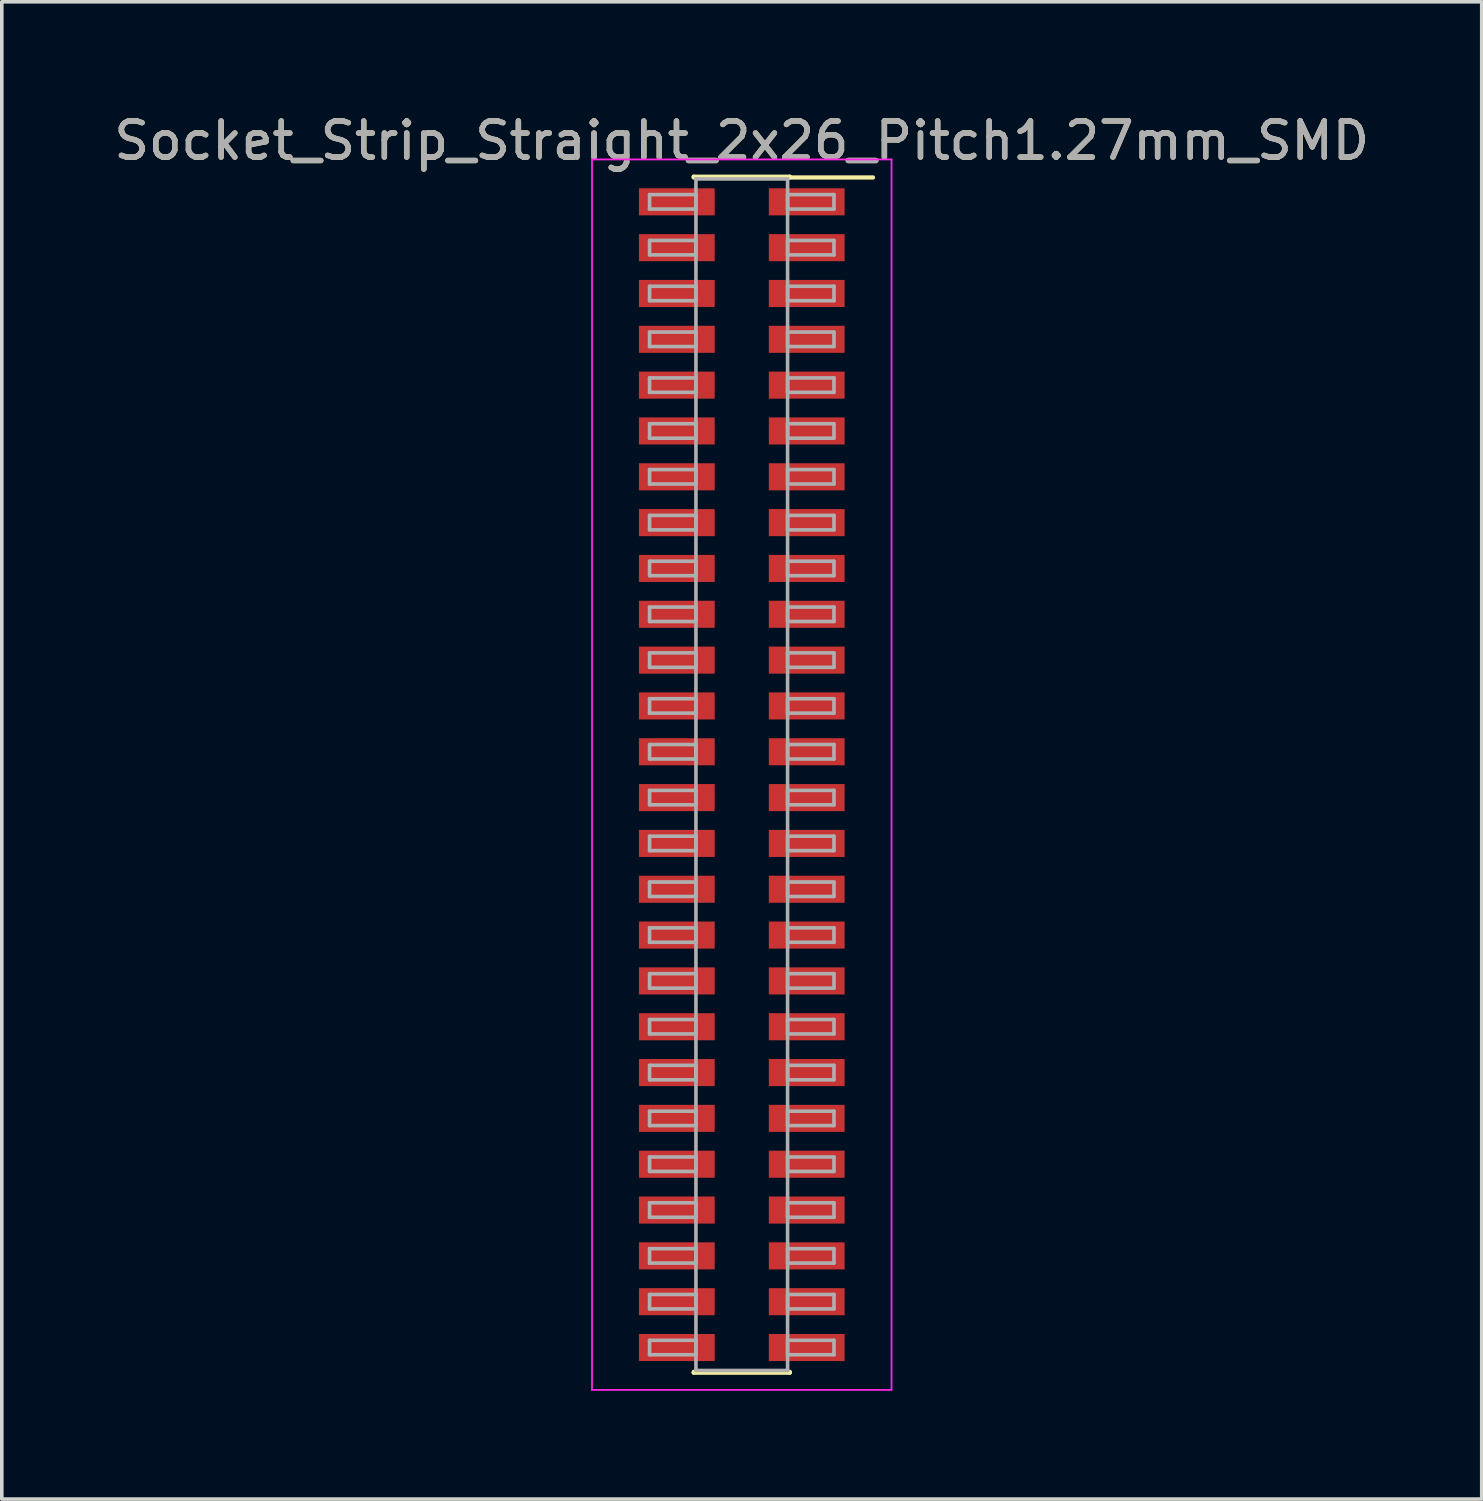
<source format=kicad_pcb>
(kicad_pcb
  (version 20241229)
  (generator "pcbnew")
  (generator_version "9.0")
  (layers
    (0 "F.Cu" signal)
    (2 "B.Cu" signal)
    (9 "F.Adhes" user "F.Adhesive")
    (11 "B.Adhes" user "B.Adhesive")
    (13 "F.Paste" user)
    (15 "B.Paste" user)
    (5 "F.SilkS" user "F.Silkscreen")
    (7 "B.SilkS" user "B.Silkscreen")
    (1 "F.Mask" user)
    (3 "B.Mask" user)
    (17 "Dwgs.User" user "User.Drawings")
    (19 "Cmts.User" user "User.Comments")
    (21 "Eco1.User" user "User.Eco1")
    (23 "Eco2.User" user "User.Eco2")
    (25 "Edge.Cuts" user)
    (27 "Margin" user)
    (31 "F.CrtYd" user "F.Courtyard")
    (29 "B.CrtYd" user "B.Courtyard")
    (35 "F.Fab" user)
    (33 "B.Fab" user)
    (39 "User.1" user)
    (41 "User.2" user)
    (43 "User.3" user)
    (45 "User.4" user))
  (footprint "Socket_Strip_Straight_2x26_Pitch1.27mm_SMD"
    (layer "F.Cu")
    (at 17.506 18.418)
    (property "Reference" "Socket_Strip_Straight_2x26_Pitch1.27mm_SMD" (at 0 -17.57 0) (layer "F.SilkS") (effects (font (size 1 1) (thickness 0.15))))
    (attr smd)
    (fp_line (start -1.33 -16.57) (end 1.33 -16.57) (stroke (width 0.12) (type solid)) (layer "F.SilkS"))
    (fp_line (start -1.33 -16.55) (end -1.33 -16.57) (stroke (width 0.12) (type solid)) (layer "F.SilkS"))
    (fp_line (start -1.33 16.55) (end -1.33 16.57) (stroke (width 0.12) (type solid)) (layer "F.SilkS"))
    (fp_line (start -1.33 16.57) (end 1.33 16.57) (stroke (width 0.12) (type solid)) (layer "F.SilkS"))
    (fp_line (start 1.33 -16.57) (end 1.33 -16.55) (stroke (width 0.12) (type solid)) (layer "F.SilkS"))
    (fp_line (start 1.33 16.57) (end 1.33 16.55) (stroke (width 0.12) (type solid)) (layer "F.SilkS"))
    (fp_line (start 3.635 -16.55) (end 1.33 -16.55) (stroke (width 0.12) (type solid)) (layer "F.SilkS"))
    (fp_line (start -4.15 -17.05) (end -4.15 17.05) (stroke (width 0.05) (type solid)) (layer "F.CrtYd"))
    (fp_line (start -4.15 17.05) (end 4.15 17.05) (stroke (width 0.05) (type solid)) (layer "F.CrtYd"))
    (fp_line (start 4.15 -17.05) (end -4.15 -17.05) (stroke (width 0.05) (type solid)) (layer "F.CrtYd"))
    (fp_line (start 4.15 17.05) (end 4.15 -17.05) (stroke (width 0.05) (type solid)) (layer "F.CrtYd"))
    (fp_line (start -2.555 -16.075) (end -1.27 -16.075) (stroke (width 0.1) (type solid)) (layer "F.Fab"))
    (fp_line (start -2.555 -15.675) (end -2.555 -16.075) (stroke (width 0.1) (type solid)) (layer "F.Fab"))
    (fp_line (start -2.555 -14.805) (end -1.27 -14.805) (stroke (width 0.1) (type solid)) (layer "F.Fab"))
    (fp_line (start -2.555 -14.405) (end -2.555 -14.805) (stroke (width 0.1) (type solid)) (layer "F.Fab"))
    (fp_line (start -2.555 -13.535) (end -1.27 -13.535) (stroke (width 0.1) (type solid)) (layer "F.Fab"))
    (fp_line (start -2.555 -13.135) (end -2.555 -13.535) (stroke (width 0.1) (type solid)) (layer "F.Fab"))
    (fp_line (start -2.555 -12.265) (end -1.27 -12.265) (stroke (width 0.1) (type solid)) (layer "F.Fab"))
    (fp_line (start -2.555 -11.865) (end -2.555 -12.265) (stroke (width 0.1) (type solid)) (layer "F.Fab"))
    (fp_line (start -2.555 -10.995) (end -1.27 -10.995) (stroke (width 0.1) (type solid)) (layer "F.Fab"))
    (fp_line (start -2.555 -10.595) (end -2.555 -10.995) (stroke (width 0.1) (type solid)) (layer "F.Fab"))
    (fp_line (start -2.555 -9.725) (end -1.27 -9.725) (stroke (width 0.1) (type solid)) (layer "F.Fab"))
    (fp_line (start -2.555 -9.325) (end -2.555 -9.725) (stroke (width 0.1) (type solid)) (layer "F.Fab"))
    (fp_line (start -2.555 -8.455) (end -1.27 -8.455) (stroke (width 0.1) (type solid)) (layer "F.Fab"))
    (fp_line (start -2.555 -8.055) (end -2.555 -8.455) (stroke (width 0.1) (type solid)) (layer "F.Fab"))
    (fp_line (start -2.555 -7.185) (end -1.27 -7.185) (stroke (width 0.1) (type solid)) (layer "F.Fab"))
    (fp_line (start -2.555 -6.785) (end -2.555 -7.185) (stroke (width 0.1) (type solid)) (layer "F.Fab"))
    (fp_line (start -2.555 -5.915) (end -1.27 -5.915) (stroke (width 0.1) (type solid)) (layer "F.Fab"))
    (fp_line (start -2.555 -5.515) (end -2.555 -5.915) (stroke (width 0.1) (type solid)) (layer "F.Fab"))
    (fp_line (start -2.555 -4.645) (end -1.27 -4.645) (stroke (width 0.1) (type solid)) (layer "F.Fab"))
    (fp_line (start -2.555 -4.245) (end -2.555 -4.645) (stroke (width 0.1) (type solid)) (layer "F.Fab"))
    (fp_line (start -2.555 -3.375) (end -1.27 -3.375) (stroke (width 0.1) (type solid)) (layer "F.Fab"))
    (fp_line (start -2.555 -2.975) (end -2.555 -3.375) (stroke (width 0.1) (type solid)) (layer "F.Fab"))
    (fp_line (start -2.555 -2.105) (end -1.27 -2.105) (stroke (width 0.1) (type solid)) (layer "F.Fab"))
    (fp_line (start -2.555 -1.705) (end -2.555 -2.105) (stroke (width 0.1) (type solid)) (layer "F.Fab"))
    (fp_line (start -2.555 -0.835) (end -1.27 -0.835) (stroke (width 0.1) (type solid)) (layer "F.Fab"))
    (fp_line (start -2.555 -0.435) (end -2.555 -0.835) (stroke (width 0.1) (type solid)) (layer "F.Fab"))
    (fp_line (start -2.555 0.435) (end -1.27 0.435) (stroke (width 0.1) (type solid)) (layer "F.Fab"))
    (fp_line (start -2.555 0.835) (end -2.555 0.435) (stroke (width 0.1) (type solid)) (layer "F.Fab"))
    (fp_line (start -2.555 1.705) (end -1.27 1.705) (stroke (width 0.1) (type solid)) (layer "F.Fab"))
    (fp_line (start -2.555 2.105) (end -2.555 1.705) (stroke (width 0.1) (type solid)) (layer "F.Fab"))
    (fp_line (start -2.555 2.975) (end -1.27 2.975) (stroke (width 0.1) (type solid)) (layer "F.Fab"))
    (fp_line (start -2.555 3.375) (end -2.555 2.975) (stroke (width 0.1) (type solid)) (layer "F.Fab"))
    (fp_line (start -2.555 4.245) (end -1.27 4.245) (stroke (width 0.1) (type solid)) (layer "F.Fab"))
    (fp_line (start -2.555 4.645) (end -2.555 4.245) (stroke (width 0.1) (type solid)) (layer "F.Fab"))
    (fp_line (start -2.555 5.515) (end -1.27 5.515) (stroke (width 0.1) (type solid)) (layer "F.Fab"))
    (fp_line (start -2.555 5.915) (end -2.555 5.515) (stroke (width 0.1) (type solid)) (layer "F.Fab"))
    (fp_line (start -2.555 6.785) (end -1.27 6.785) (stroke (width 0.1) (type solid)) (layer "F.Fab"))
    (fp_line (start -2.555 7.185) (end -2.555 6.785) (stroke (width 0.1) (type solid)) (layer "F.Fab"))
    (fp_line (start -2.555 8.055) (end -1.27 8.055) (stroke (width 0.1) (type solid)) (layer "F.Fab"))
    (fp_line (start -2.555 8.455) (end -2.555 8.055) (stroke (width 0.1) (type solid)) (layer "F.Fab"))
    (fp_line (start -2.555 9.325) (end -1.27 9.325) (stroke (width 0.1) (type solid)) (layer "F.Fab"))
    (fp_line (start -2.555 9.725) (end -2.555 9.325) (stroke (width 0.1) (type solid)) (layer "F.Fab"))
    (fp_line (start -2.555 10.595) (end -1.27 10.595) (stroke (width 0.1) (type solid)) (layer "F.Fab"))
    (fp_line (start -2.555 10.995) (end -2.555 10.595) (stroke (width 0.1) (type solid)) (layer "F.Fab"))
    (fp_line (start -2.555 11.865) (end -1.27 11.865) (stroke (width 0.1) (type solid)) (layer "F.Fab"))
    (fp_line (start -2.555 12.265) (end -2.555 11.865) (stroke (width 0.1) (type solid)) (layer "F.Fab"))
    (fp_line (start -2.555 13.135) (end -1.27 13.135) (stroke (width 0.1) (type solid)) (layer "F.Fab"))
    (fp_line (start -2.555 13.535) (end -2.555 13.135) (stroke (width 0.1) (type solid)) (layer "F.Fab"))
    (fp_line (start -2.555 14.405) (end -1.27 14.405) (stroke (width 0.1) (type solid)) (layer "F.Fab"))
    (fp_line (start -2.555 14.805) (end -2.555 14.405) (stroke (width 0.1) (type solid)) (layer "F.Fab"))
    (fp_line (start -2.555 15.675) (end -1.27 15.675) (stroke (width 0.1) (type solid)) (layer "F.Fab"))
    (fp_line (start -2.555 16.075) (end -2.555 15.675) (stroke (width 0.1) (type solid)) (layer "F.Fab"))
    (fp_line (start -1.27 -16.51) (end -1.27 16.51) (stroke (width 0.1) (type solid)) (layer "F.Fab"))
    (fp_line (start -1.27 -16.075) (end -1.27 -15.675) (stroke (width 0.1) (type solid)) (layer "F.Fab"))
    (fp_line (start -1.27 -15.675) (end -2.555 -15.675) (stroke (width 0.1) (type solid)) (layer "F.Fab"))
    (fp_line (start -1.27 -14.805) (end -1.27 -14.405) (stroke (width 0.1) (type solid)) (layer "F.Fab"))
    (fp_line (start -1.27 -14.405) (end -2.555 -14.405) (stroke (width 0.1) (type solid)) (layer "F.Fab"))
    (fp_line (start -1.27 -13.535) (end -1.27 -13.135) (stroke (width 0.1) (type solid)) (layer "F.Fab"))
    (fp_line (start -1.27 -13.135) (end -2.555 -13.135) (stroke (width 0.1) (type solid)) (layer "F.Fab"))
    (fp_line (start -1.27 -12.265) (end -1.27 -11.865) (stroke (width 0.1) (type solid)) (layer "F.Fab"))
    (fp_line (start -1.27 -11.865) (end -2.555 -11.865) (stroke (width 0.1) (type solid)) (layer "F.Fab"))
    (fp_line (start -1.27 -10.995) (end -1.27 -10.595) (stroke (width 0.1) (type solid)) (layer "F.Fab"))
    (fp_line (start -1.27 -10.595) (end -2.555 -10.595) (stroke (width 0.1) (type solid)) (layer "F.Fab"))
    (fp_line (start -1.27 -9.725) (end -1.27 -9.325) (stroke (width 0.1) (type solid)) (layer "F.Fab"))
    (fp_line (start -1.27 -9.325) (end -2.555 -9.325) (stroke (width 0.1) (type solid)) (layer "F.Fab"))
    (fp_line (start -1.27 -8.455) (end -1.27 -8.055) (stroke (width 0.1) (type solid)) (layer "F.Fab"))
    (fp_line (start -1.27 -8.055) (end -2.555 -8.055) (stroke (width 0.1) (type solid)) (layer "F.Fab"))
    (fp_line (start -1.27 -7.185) (end -1.27 -6.785) (stroke (width 0.1) (type solid)) (layer "F.Fab"))
    (fp_line (start -1.27 -6.785) (end -2.555 -6.785) (stroke (width 0.1) (type solid)) (layer "F.Fab"))
    (fp_line (start -1.27 -5.915) (end -1.27 -5.515) (stroke (width 0.1) (type solid)) (layer "F.Fab"))
    (fp_line (start -1.27 -5.515) (end -2.555 -5.515) (stroke (width 0.1) (type solid)) (layer "F.Fab"))
    (fp_line (start -1.27 -4.645) (end -1.27 -4.245) (stroke (width 0.1) (type solid)) (layer "F.Fab"))
    (fp_line (start -1.27 -4.245) (end -2.555 -4.245) (stroke (width 0.1) (type solid)) (layer "F.Fab"))
    (fp_line (start -1.27 -3.375) (end -1.27 -2.975) (stroke (width 0.1) (type solid)) (layer "F.Fab"))
    (fp_line (start -1.27 -2.975) (end -2.555 -2.975) (stroke (width 0.1) (type solid)) (layer "F.Fab"))
    (fp_line (start -1.27 -2.105) (end -1.27 -1.705) (stroke (width 0.1) (type solid)) (layer "F.Fab"))
    (fp_line (start -1.27 -1.705) (end -2.555 -1.705) (stroke (width 0.1) (type solid)) (layer "F.Fab"))
    (fp_line (start -1.27 -0.835) (end -1.27 -0.435) (stroke (width 0.1) (type solid)) (layer "F.Fab"))
    (fp_line (start -1.27 -0.435) (end -2.555 -0.435) (stroke (width 0.1) (type solid)) (layer "F.Fab"))
    (fp_line (start -1.27 0.435) (end -1.27 0.835) (stroke (width 0.1) (type solid)) (layer "F.Fab"))
    (fp_line (start -1.27 0.835) (end -2.555 0.835) (stroke (width 0.1) (type solid)) (layer "F.Fab"))
    (fp_line (start -1.27 1.705) (end -1.27 2.105) (stroke (width 0.1) (type solid)) (layer "F.Fab"))
    (fp_line (start -1.27 2.105) (end -2.555 2.105) (stroke (width 0.1) (type solid)) (layer "F.Fab"))
    (fp_line (start -1.27 2.975) (end -1.27 3.375) (stroke (width 0.1) (type solid)) (layer "F.Fab"))
    (fp_line (start -1.27 3.375) (end -2.555 3.375) (stroke (width 0.1) (type solid)) (layer "F.Fab"))
    (fp_line (start -1.27 4.245) (end -1.27 4.645) (stroke (width 0.1) (type solid)) (layer "F.Fab"))
    (fp_line (start -1.27 4.645) (end -2.555 4.645) (stroke (width 0.1) (type solid)) (layer "F.Fab"))
    (fp_line (start -1.27 5.515) (end -1.27 5.915) (stroke (width 0.1) (type solid)) (layer "F.Fab"))
    (fp_line (start -1.27 5.915) (end -2.555 5.915) (stroke (width 0.1) (type solid)) (layer "F.Fab"))
    (fp_line (start -1.27 6.785) (end -1.27 7.185) (stroke (width 0.1) (type solid)) (layer "F.Fab"))
    (fp_line (start -1.27 7.185) (end -2.555 7.185) (stroke (width 0.1) (type solid)) (layer "F.Fab"))
    (fp_line (start -1.27 8.055) (end -1.27 8.455) (stroke (width 0.1) (type solid)) (layer "F.Fab"))
    (fp_line (start -1.27 8.455) (end -2.555 8.455) (stroke (width 0.1) (type solid)) (layer "F.Fab"))
    (fp_line (start -1.27 9.325) (end -1.27 9.725) (stroke (width 0.1) (type solid)) (layer "F.Fab"))
    (fp_line (start -1.27 9.725) (end -2.555 9.725) (stroke (width 0.1) (type solid)) (layer "F.Fab"))
    (fp_line (start -1.27 10.595) (end -1.27 10.995) (stroke (width 0.1) (type solid)) (layer "F.Fab"))
    (fp_line (start -1.27 10.995) (end -2.555 10.995) (stroke (width 0.1) (type solid)) (layer "F.Fab"))
    (fp_line (start -1.27 11.865) (end -1.27 12.265) (stroke (width 0.1) (type solid)) (layer "F.Fab"))
    (fp_line (start -1.27 12.265) (end -2.555 12.265) (stroke (width 0.1) (type solid)) (layer "F.Fab"))
    (fp_line (start -1.27 13.135) (end -1.27 13.535) (stroke (width 0.1) (type solid)) (layer "F.Fab"))
    (fp_line (start -1.27 13.535) (end -2.555 13.535) (stroke (width 0.1) (type solid)) (layer "F.Fab"))
    (fp_line (start -1.27 14.405) (end -1.27 14.805) (stroke (width 0.1) (type solid)) (layer "F.Fab"))
    (fp_line (start -1.27 14.805) (end -2.555 14.805) (stroke (width 0.1) (type solid)) (layer "F.Fab"))
    (fp_line (start -1.27 15.675) (end -1.27 16.075) (stroke (width 0.1) (type solid)) (layer "F.Fab"))
    (fp_line (start -1.27 16.075) (end -2.555 16.075) (stroke (width 0.1) (type solid)) (layer "F.Fab"))
    (fp_line (start -1.27 16.51) (end 1.27 16.51) (stroke (width 0.1) (type solid)) (layer "F.Fab"))
    (fp_line (start 1.27 -16.51) (end -1.27 -16.51) (stroke (width 0.1) (type solid)) (layer "F.Fab"))
    (fp_line (start 1.27 -16.075) (end 1.27 -15.675) (stroke (width 0.1) (type solid)) (layer "F.Fab"))
    (fp_line (start 1.27 -15.675) (end 2.555 -15.675) (stroke (width 0.1) (type solid)) (layer "F.Fab"))
    (fp_line (start 1.27 -14.805) (end 1.27 -14.405) (stroke (width 0.1) (type solid)) (layer "F.Fab"))
    (fp_line (start 1.27 -14.405) (end 2.555 -14.405) (stroke (width 0.1) (type solid)) (layer "F.Fab"))
    (fp_line (start 1.27 -13.535) (end 1.27 -13.135) (stroke (width 0.1) (type solid)) (layer "F.Fab"))
    (fp_line (start 1.27 -13.135) (end 2.555 -13.135) (stroke (width 0.1) (type solid)) (layer "F.Fab"))
    (fp_line (start 1.27 -12.265) (end 1.27 -11.865) (stroke (width 0.1) (type solid)) (layer "F.Fab"))
    (fp_line (start 1.27 -11.865) (end 2.555 -11.865) (stroke (width 0.1) (type solid)) (layer "F.Fab"))
    (fp_line (start 1.27 -10.995) (end 1.27 -10.595) (stroke (width 0.1) (type solid)) (layer "F.Fab"))
    (fp_line (start 1.27 -10.595) (end 2.555 -10.595) (stroke (width 0.1) (type solid)) (layer "F.Fab"))
    (fp_line (start 1.27 -9.725) (end 1.27 -9.325) (stroke (width 0.1) (type solid)) (layer "F.Fab"))
    (fp_line (start 1.27 -9.325) (end 2.555 -9.325) (stroke (width 0.1) (type solid)) (layer "F.Fab"))
    (fp_line (start 1.27 -8.455) (end 1.27 -8.055) (stroke (width 0.1) (type solid)) (layer "F.Fab"))
    (fp_line (start 1.27 -8.055) (end 2.555 -8.055) (stroke (width 0.1) (type solid)) (layer "F.Fab"))
    (fp_line (start 1.27 -7.185) (end 1.27 -6.785) (stroke (width 0.1) (type solid)) (layer "F.Fab"))
    (fp_line (start 1.27 -6.785) (end 2.555 -6.785) (stroke (width 0.1) (type solid)) (layer "F.Fab"))
    (fp_line (start 1.27 -5.915) (end 1.27 -5.515) (stroke (width 0.1) (type solid)) (layer "F.Fab"))
    (fp_line (start 1.27 -5.515) (end 2.555 -5.515) (stroke (width 0.1) (type solid)) (layer "F.Fab"))
    (fp_line (start 1.27 -4.645) (end 1.27 -4.245) (stroke (width 0.1) (type solid)) (layer "F.Fab"))
    (fp_line (start 1.27 -4.245) (end 2.555 -4.245) (stroke (width 0.1) (type solid)) (layer "F.Fab"))
    (fp_line (start 1.27 -3.375) (end 1.27 -2.975) (stroke (width 0.1) (type solid)) (layer "F.Fab"))
    (fp_line (start 1.27 -2.975) (end 2.555 -2.975) (stroke (width 0.1) (type solid)) (layer "F.Fab"))
    (fp_line (start 1.27 -2.105) (end 1.27 -1.705) (stroke (width 0.1) (type solid)) (layer "F.Fab"))
    (fp_line (start 1.27 -1.705) (end 2.555 -1.705) (stroke (width 0.1) (type solid)) (layer "F.Fab"))
    (fp_line (start 1.27 -0.835) (end 1.27 -0.435) (stroke (width 0.1) (type solid)) (layer "F.Fab"))
    (fp_line (start 1.27 -0.435) (end 2.555 -0.435) (stroke (width 0.1) (type solid)) (layer "F.Fab"))
    (fp_line (start 1.27 0.435) (end 1.27 0.835) (stroke (width 0.1) (type solid)) (layer "F.Fab"))
    (fp_line (start 1.27 0.835) (end 2.555 0.835) (stroke (width 0.1) (type solid)) (layer "F.Fab"))
    (fp_line (start 1.27 1.705) (end 1.27 2.105) (stroke (width 0.1) (type solid)) (layer "F.Fab"))
    (fp_line (start 1.27 2.105) (end 2.555 2.105) (stroke (width 0.1) (type solid)) (layer "F.Fab"))
    (fp_line (start 1.27 2.975) (end 1.27 3.375) (stroke (width 0.1) (type solid)) (layer "F.Fab"))
    (fp_line (start 1.27 3.375) (end 2.555 3.375) (stroke (width 0.1) (type solid)) (layer "F.Fab"))
    (fp_line (start 1.27 4.245) (end 1.27 4.645) (stroke (width 0.1) (type solid)) (layer "F.Fab"))
    (fp_line (start 1.27 4.645) (end 2.555 4.645) (stroke (width 0.1) (type solid)) (layer "F.Fab"))
    (fp_line (start 1.27 5.515) (end 1.27 5.915) (stroke (width 0.1) (type solid)) (layer "F.Fab"))
    (fp_line (start 1.27 5.915) (end 2.555 5.915) (stroke (width 0.1) (type solid)) (layer "F.Fab"))
    (fp_line (start 1.27 6.785) (end 1.27 7.185) (stroke (width 0.1) (type solid)) (layer "F.Fab"))
    (fp_line (start 1.27 7.185) (end 2.555 7.185) (stroke (width 0.1) (type solid)) (layer "F.Fab"))
    (fp_line (start 1.27 8.055) (end 1.27 8.455) (stroke (width 0.1) (type solid)) (layer "F.Fab"))
    (fp_line (start 1.27 8.455) (end 2.555 8.455) (stroke (width 0.1) (type solid)) (layer "F.Fab"))
    (fp_line (start 1.27 9.325) (end 1.27 9.725) (stroke (width 0.1) (type solid)) (layer "F.Fab"))
    (fp_line (start 1.27 9.725) (end 2.555 9.725) (stroke (width 0.1) (type solid)) (layer "F.Fab"))
    (fp_line (start 1.27 10.595) (end 1.27 10.995) (stroke (width 0.1) (type solid)) (layer "F.Fab"))
    (fp_line (start 1.27 10.995) (end 2.555 10.995) (stroke (width 0.1) (type solid)) (layer "F.Fab"))
    (fp_line (start 1.27 11.865) (end 1.27 12.265) (stroke (width 0.1) (type solid)) (layer "F.Fab"))
    (fp_line (start 1.27 12.265) (end 2.555 12.265) (stroke (width 0.1) (type solid)) (layer "F.Fab"))
    (fp_line (start 1.27 13.135) (end 1.27 13.535) (stroke (width 0.1) (type solid)) (layer "F.Fab"))
    (fp_line (start 1.27 13.535) (end 2.555 13.535) (stroke (width 0.1) (type solid)) (layer "F.Fab"))
    (fp_line (start 1.27 14.405) (end 1.27 14.805) (stroke (width 0.1) (type solid)) (layer "F.Fab"))
    (fp_line (start 1.27 14.805) (end 2.555 14.805) (stroke (width 0.1) (type solid)) (layer "F.Fab"))
    (fp_line (start 1.27 15.675) (end 1.27 16.075) (stroke (width 0.1) (type solid)) (layer "F.Fab"))
    (fp_line (start 1.27 16.075) (end 2.555 16.075) (stroke (width 0.1) (type solid)) (layer "F.Fab"))
    (fp_line (start 1.27 16.51) (end 1.27 -16.51) (stroke (width 0.1) (type solid)) (layer "F.Fab"))
    (fp_line (start 2.555 -16.075) (end 1.27 -16.075) (stroke (width 0.1) (type solid)) (layer "F.Fab"))
    (fp_line (start 2.555 -15.675) (end 2.555 -16.075) (stroke (width 0.1) (type solid)) (layer "F.Fab"))
    (fp_line (start 2.555 -14.805) (end 1.27 -14.805) (stroke (width 0.1) (type solid)) (layer "F.Fab"))
    (fp_line (start 2.555 -14.405) (end 2.555 -14.805) (stroke (width 0.1) (type solid)) (layer "F.Fab"))
    (fp_line (start 2.555 -13.535) (end 1.27 -13.535) (stroke (width 0.1) (type solid)) (layer "F.Fab"))
    (fp_line (start 2.555 -13.135) (end 2.555 -13.535) (stroke (width 0.1) (type solid)) (layer "F.Fab"))
    (fp_line (start 2.555 -12.265) (end 1.27 -12.265) (stroke (width 0.1) (type solid)) (layer "F.Fab"))
    (fp_line (start 2.555 -11.865) (end 2.555 -12.265) (stroke (width 0.1) (type solid)) (layer "F.Fab"))
    (fp_line (start 2.555 -10.995) (end 1.27 -10.995) (stroke (width 0.1) (type solid)) (layer "F.Fab"))
    (fp_line (start 2.555 -10.595) (end 2.555 -10.995) (stroke (width 0.1) (type solid)) (layer "F.Fab"))
    (fp_line (start 2.555 -9.725) (end 1.27 -9.725) (stroke (width 0.1) (type solid)) (layer "F.Fab"))
    (fp_line (start 2.555 -9.325) (end 2.555 -9.725) (stroke (width 0.1) (type solid)) (layer "F.Fab"))
    (fp_line (start 2.555 -8.455) (end 1.27 -8.455) (stroke (width 0.1) (type solid)) (layer "F.Fab"))
    (fp_line (start 2.555 -8.055) (end 2.555 -8.455) (stroke (width 0.1) (type solid)) (layer "F.Fab"))
    (fp_line (start 2.555 -7.185) (end 1.27 -7.185) (stroke (width 0.1) (type solid)) (layer "F.Fab"))
    (fp_line (start 2.555 -6.785) (end 2.555 -7.185) (stroke (width 0.1) (type solid)) (layer "F.Fab"))
    (fp_line (start 2.555 -5.915) (end 1.27 -5.915) (stroke (width 0.1) (type solid)) (layer "F.Fab"))
    (fp_line (start 2.555 -5.515) (end 2.555 -5.915) (stroke (width 0.1) (type solid)) (layer "F.Fab"))
    (fp_line (start 2.555 -4.645) (end 1.27 -4.645) (stroke (width 0.1) (type solid)) (layer "F.Fab"))
    (fp_line (start 2.555 -4.245) (end 2.555 -4.645) (stroke (width 0.1) (type solid)) (layer "F.Fab"))
    (fp_line (start 2.555 -3.375) (end 1.27 -3.375) (stroke (width 0.1) (type solid)) (layer "F.Fab"))
    (fp_line (start 2.555 -2.975) (end 2.555 -3.375) (stroke (width 0.1) (type solid)) (layer "F.Fab"))
    (fp_line (start 2.555 -2.105) (end 1.27 -2.105) (stroke (width 0.1) (type solid)) (layer "F.Fab"))
    (fp_line (start 2.555 -1.705) (end 2.555 -2.105) (stroke (width 0.1) (type solid)) (layer "F.Fab"))
    (fp_line (start 2.555 -0.835) (end 1.27 -0.835) (stroke (width 0.1) (type solid)) (layer "F.Fab"))
    (fp_line (start 2.555 -0.435) (end 2.555 -0.835) (stroke (width 0.1) (type solid)) (layer "F.Fab"))
    (fp_line (start 2.555 0.435) (end 1.27 0.435) (stroke (width 0.1) (type solid)) (layer "F.Fab"))
    (fp_line (start 2.555 0.835) (end 2.555 0.435) (stroke (width 0.1) (type solid)) (layer "F.Fab"))
    (fp_line (start 2.555 1.705) (end 1.27 1.705) (stroke (width 0.1) (type solid)) (layer "F.Fab"))
    (fp_line (start 2.555 2.105) (end 2.555 1.705) (stroke (width 0.1) (type solid)) (layer "F.Fab"))
    (fp_line (start 2.555 2.975) (end 1.27 2.975) (stroke (width 0.1) (type solid)) (layer "F.Fab"))
    (fp_line (start 2.555 3.375) (end 2.555 2.975) (stroke (width 0.1) (type solid)) (layer "F.Fab"))
    (fp_line (start 2.555 4.245) (end 1.27 4.245) (stroke (width 0.1) (type solid)) (layer "F.Fab"))
    (fp_line (start 2.555 4.645) (end 2.555 4.245) (stroke (width 0.1) (type solid)) (layer "F.Fab"))
    (fp_line (start 2.555 5.515) (end 1.27 5.515) (stroke (width 0.1) (type solid)) (layer "F.Fab"))
    (fp_line (start 2.555 5.915) (end 2.555 5.515) (stroke (width 0.1) (type solid)) (layer "F.Fab"))
    (fp_line (start 2.555 6.785) (end 1.27 6.785) (stroke (width 0.1) (type solid)) (layer "F.Fab"))
    (fp_line (start 2.555 7.185) (end 2.555 6.785) (stroke (width 0.1) (type solid)) (layer "F.Fab"))
    (fp_line (start 2.555 8.055) (end 1.27 8.055) (stroke (width 0.1) (type solid)) (layer "F.Fab"))
    (fp_line (start 2.555 8.455) (end 2.555 8.055) (stroke (width 0.1) (type solid)) (layer "F.Fab"))
    (fp_line (start 2.555 9.325) (end 1.27 9.325) (stroke (width 0.1) (type solid)) (layer "F.Fab"))
    (fp_line (start 2.555 9.725) (end 2.555 9.325) (stroke (width 0.1) (type solid)) (layer "F.Fab"))
    (fp_line (start 2.555 10.595) (end 1.27 10.595) (stroke (width 0.1) (type solid)) (layer "F.Fab"))
    (fp_line (start 2.555 10.995) (end 2.555 10.595) (stroke (width 0.1) (type solid)) (layer "F.Fab"))
    (fp_line (start 2.555 11.865) (end 1.27 11.865) (stroke (width 0.1) (type solid)) (layer "F.Fab"))
    (fp_line (start 2.555 12.265) (end 2.555 11.865) (stroke (width 0.1) (type solid)) (layer "F.Fab"))
    (fp_line (start 2.555 13.135) (end 1.27 13.135) (stroke (width 0.1) (type solid)) (layer "F.Fab"))
    (fp_line (start 2.555 13.535) (end 2.555 13.135) (stroke (width 0.1) (type solid)) (layer "F.Fab"))
    (fp_line (start 2.555 14.405) (end 1.27 14.405) (stroke (width 0.1) (type solid)) (layer "F.Fab"))
    (fp_line (start 2.555 14.805) (end 2.555 14.405) (stroke (width 0.1) (type solid)) (layer "F.Fab"))
    (fp_line (start 2.555 15.675) (end 1.27 15.675) (stroke (width 0.1) (type solid)) (layer "F.Fab"))
    (fp_line (start 2.555 16.075) (end 2.555 15.675) (stroke (width 0.1) (type solid)) (layer "F.Fab"))
    (fp_text user "${REFERENCE}" (at 0 -17.57 0) (layer "F.Fab") (effects (font (size 1 1) (thickness 0.15))))
    (pad "1" smd rect (at 1.8 -15.875) (size 2.1 0.75) (layers "F.Cu" "F.Mask" "F.Paste"))
    (pad "2" smd rect (at -1.8 -15.875) (size 2.1 0.75) (layers "F.Cu" "F.Mask" "F.Paste"))
    (pad "3" smd rect (at 1.8 -14.605) (size 2.1 0.75) (layers "F.Cu" "F.Mask" "F.Paste"))
    (pad "4" smd rect (at -1.8 -14.605) (size 2.1 0.75) (layers "F.Cu" "F.Mask" "F.Paste"))
    (pad "5" smd rect (at 1.8 -13.335) (size 2.1 0.75) (layers "F.Cu" "F.Mask" "F.Paste"))
    (pad "6" smd rect (at -1.8 -13.335) (size 2.1 0.75) (layers "F.Cu" "F.Mask" "F.Paste"))
    (pad "7" smd rect (at 1.8 -12.065) (size 2.1 0.75) (layers "F.Cu" "F.Mask" "F.Paste"))
    (pad "8" smd rect (at -1.8 -12.065) (size 2.1 0.75) (layers "F.Cu" "F.Mask" "F.Paste"))
    (pad "9" smd rect (at 1.8 -10.795) (size 2.1 0.75) (layers "F.Cu" "F.Mask" "F.Paste"))
    (pad "10" smd rect (at -1.8 -10.795) (size 2.1 0.75) (layers "F.Cu" "F.Mask" "F.Paste"))
    (pad "11" smd rect (at 1.8 -9.525) (size 2.1 0.75) (layers "F.Cu" "F.Mask" "F.Paste"))
    (pad "12" smd rect (at -1.8 -9.525) (size 2.1 0.75) (layers "F.Cu" "F.Mask" "F.Paste"))
    (pad "13" smd rect (at 1.8 -8.255) (size 2.1 0.75) (layers "F.Cu" "F.Mask" "F.Paste"))
    (pad "14" smd rect (at -1.8 -8.255) (size 2.1 0.75) (layers "F.Cu" "F.Mask" "F.Paste"))
    (pad "15" smd rect (at 1.8 -6.985) (size 2.1 0.75) (layers "F.Cu" "F.Mask" "F.Paste"))
    (pad "16" smd rect (at -1.8 -6.985) (size 2.1 0.75) (layers "F.Cu" "F.Mask" "F.Paste"))
    (pad "17" smd rect (at 1.8 -5.715) (size 2.1 0.75) (layers "F.Cu" "F.Mask" "F.Paste"))
    (pad "18" smd rect (at -1.8 -5.715) (size 2.1 0.75) (layers "F.Cu" "F.Mask" "F.Paste"))
    (pad "19" smd rect (at 1.8 -4.445) (size 2.1 0.75) (layers "F.Cu" "F.Mask" "F.Paste"))
    (pad "20" smd rect (at -1.8 -4.445) (size 2.1 0.75) (layers "F.Cu" "F.Mask" "F.Paste"))
    (pad "21" smd rect (at 1.8 -3.175) (size 2.1 0.75) (layers "F.Cu" "F.Mask" "F.Paste"))
    (pad "22" smd rect (at -1.8 -3.175) (size 2.1 0.75) (layers "F.Cu" "F.Mask" "F.Paste"))
    (pad "23" smd rect (at 1.8 -1.905) (size 2.1 0.75) (layers "F.Cu" "F.Mask" "F.Paste"))
    (pad "24" smd rect (at -1.8 -1.905) (size 2.1 0.75) (layers "F.Cu" "F.Mask" "F.Paste"))
    (pad "25" smd rect (at 1.8 -0.635) (size 2.1 0.75) (layers "F.Cu" "F.Mask" "F.Paste"))
    (pad "26" smd rect (at -1.8 -0.635) (size 2.1 0.75) (layers "F.Cu" "F.Mask" "F.Paste"))
    (pad "27" smd rect (at 1.8 0.635) (size 2.1 0.75) (layers "F.Cu" "F.Mask" "F.Paste"))
    (pad "28" smd rect (at -1.8 0.635) (size 2.1 0.75) (layers "F.Cu" "F.Mask" "F.Paste"))
    (pad "29" smd rect (at 1.8 1.905) (size 2.1 0.75) (layers "F.Cu" "F.Mask" "F.Paste"))
    (pad "30" smd rect (at -1.8 1.905) (size 2.1 0.75) (layers "F.Cu" "F.Mask" "F.Paste"))
    (pad "31" smd rect (at 1.8 3.175) (size 2.1 0.75) (layers "F.Cu" "F.Mask" "F.Paste"))
    (pad "32" smd rect (at -1.8 3.175) (size 2.1 0.75) (layers "F.Cu" "F.Mask" "F.Paste"))
    (pad "33" smd rect (at 1.8 4.445) (size 2.1 0.75) (layers "F.Cu" "F.Mask" "F.Paste"))
    (pad "34" smd rect (at -1.8 4.445) (size 2.1 0.75) (layers "F.Cu" "F.Mask" "F.Paste"))
    (pad "35" smd rect (at 1.8 5.715) (size 2.1 0.75) (layers "F.Cu" "F.Mask" "F.Paste"))
    (pad "36" smd rect (at -1.8 5.715) (size 2.1 0.75) (layers "F.Cu" "F.Mask" "F.Paste"))
    (pad "37" smd rect (at 1.8 6.985) (size 2.1 0.75) (layers "F.Cu" "F.Mask" "F.Paste"))
    (pad "38" smd rect (at -1.8 6.985) (size 2.1 0.75) (layers "F.Cu" "F.Mask" "F.Paste"))
    (pad "39" smd rect (at 1.8 8.255) (size 2.1 0.75) (layers "F.Cu" "F.Mask" "F.Paste"))
    (pad "40" smd rect (at -1.8 8.255) (size 2.1 0.75) (layers "F.Cu" "F.Mask" "F.Paste"))
    (pad "41" smd rect (at 1.8 9.525) (size 2.1 0.75) (layers "F.Cu" "F.Mask" "F.Paste"))
    (pad "42" smd rect (at -1.8 9.525) (size 2.1 0.75) (layers "F.Cu" "F.Mask" "F.Paste"))
    (pad "43" smd rect (at 1.8 10.795) (size 2.1 0.75) (layers "F.Cu" "F.Mask" "F.Paste"))
    (pad "44" smd rect (at -1.8 10.795) (size 2.1 0.75) (layers "F.Cu" "F.Mask" "F.Paste"))
    (pad "45" smd rect (at 1.8 12.065) (size 2.1 0.75) (layers "F.Cu" "F.Mask" "F.Paste"))
    (pad "46" smd rect (at -1.8 12.065) (size 2.1 0.75) (layers "F.Cu" "F.Mask" "F.Paste"))
    (pad "47" smd rect (at 1.8 13.335) (size 2.1 0.75) (layers "F.Cu" "F.Mask" "F.Paste"))
    (pad "48" smd rect (at -1.8 13.335) (size 2.1 0.75) (layers "F.Cu" "F.Mask" "F.Paste"))
    (pad "49" smd rect (at 1.8 14.605) (size 2.1 0.75) (layers "F.Cu" "F.Mask" "F.Paste"))
    (pad "50" smd rect (at -1.8 14.605) (size 2.1 0.75) (layers "F.Cu" "F.Mask" "F.Paste"))
    (pad "51" smd rect (at 1.8 15.875) (size 2.1 0.75) (layers "F.Cu" "F.Mask" "F.Paste"))
    (pad "52" smd rect (at -1.8 15.875) (size 2.1 0.75) (layers "F.Cu" "F.Mask" "F.Paste")))
  (gr_rect
    (start -3 -3)
    (end 38.012 38.493)
    (stroke (width 0.1) (type default))
    (fill no)
    (layer "Edge.Cuts")))
</source>
